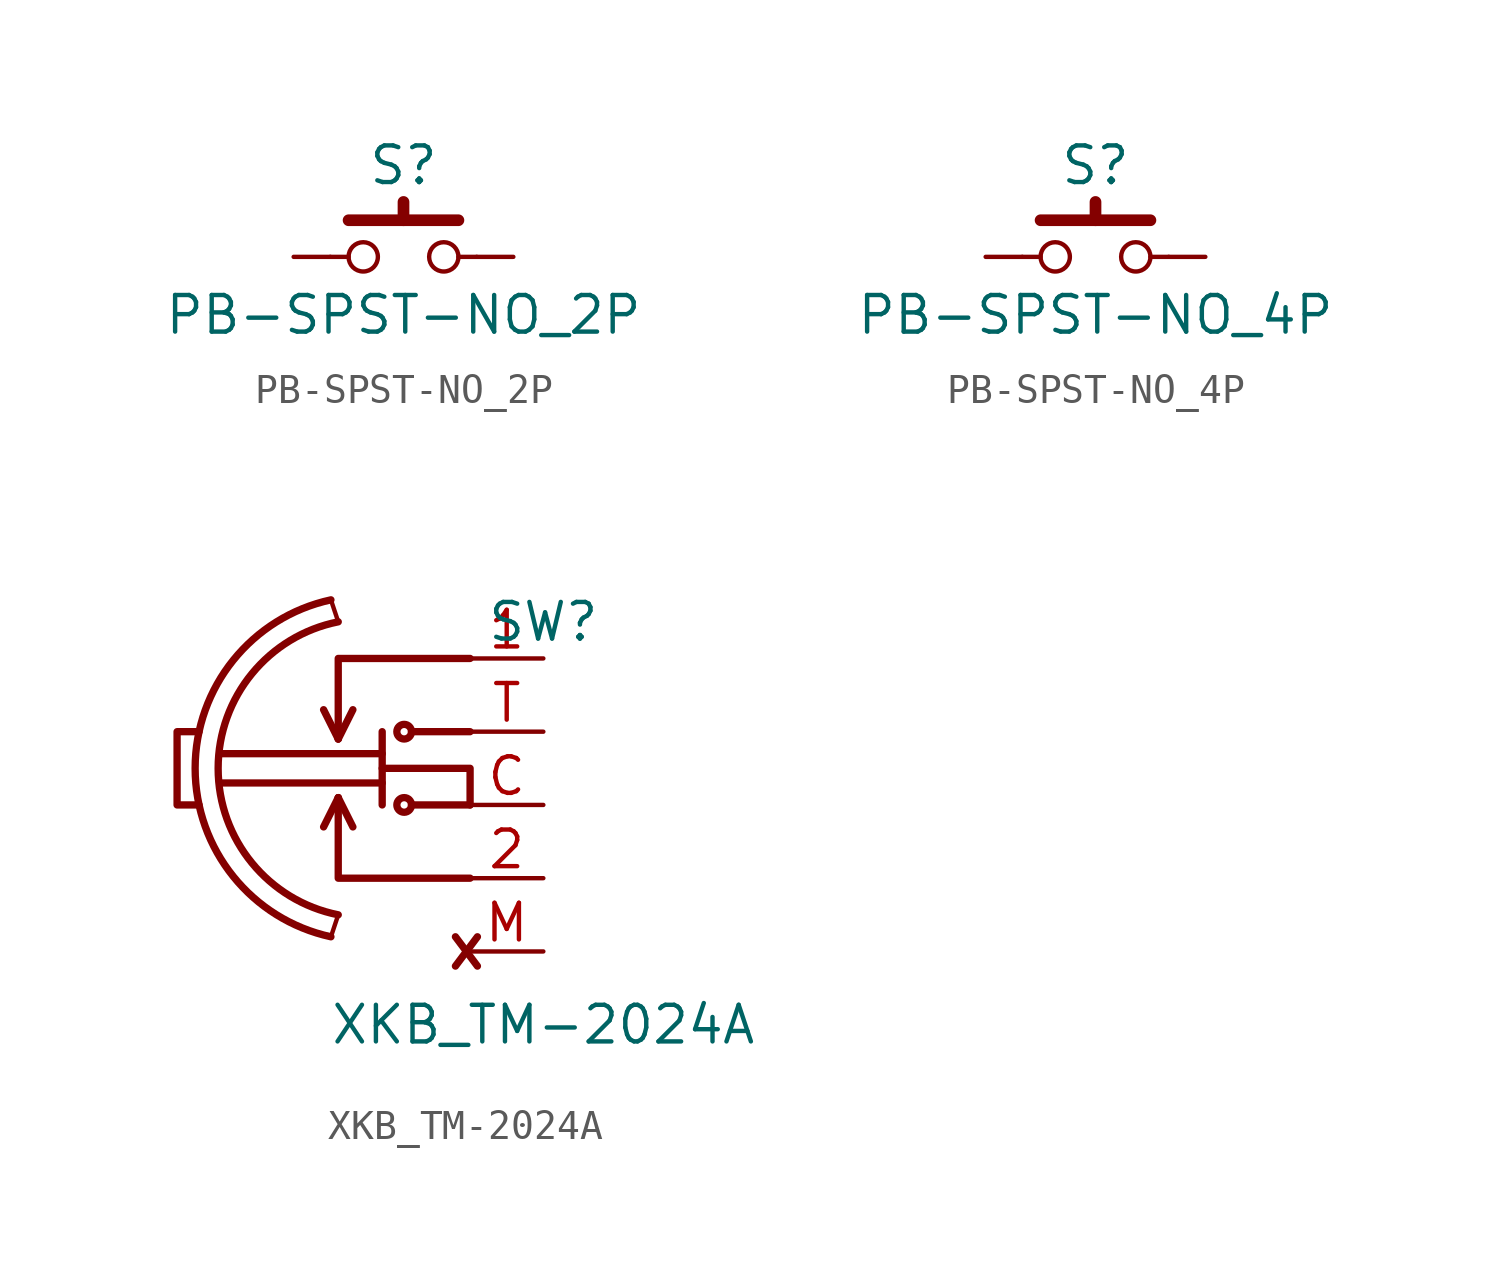
<source format=kicad_sym>
(kicad_symbol_lib
  (version 20211014)
  (generator kicad_symbol_editor)
  (symbol "PB-SPST-NO_2P"
    (pin_numbers hide)
    (pin_names
      (offset 1.016) hide)
    (property "Reference" "S"
      (at 0 3.175 0)
      (effects (font (size 1.27 1.27))))
    (property "Value" "PB-SPST-NO_2P"
      (at 0 -1.27 0)
      (effects (font (size 1.27 1.27)) (justify top)))
    (symbol "PB-SPST-NO_2P_0_1"
      (circle (center -1.397 0) (radius 0.508) (stroke (width 0) (type default) (color 0 0 0 0)) (fill (type none)))
      (polyline (pts (xy -2.54 0) (xy -1.905 0)) (stroke (width 0) (type default) (color 0 0 0 0)) (fill (type none)))
      (polyline (pts (xy -1.905 1.27) (xy 1.905 1.27)) (stroke (width 0.406) (type default) (color 0 0 0 0)) (fill (type none)))
      (polyline (pts (xy 0 1.27) (xy 0 1.905)) (stroke (width 0.406) (type default) (color 0 0 0 0)) (fill (type none)))
      (polyline (pts (xy 2.54 0) (xy 1.905 0)) (stroke (width 0) (type default) (color 0 0 0 0)) (fill (type none)))
      (circle (center 1.397 0) (radius 0.508) (stroke (width 0) (type default) (color 0 0 0 0)) (fill (type none)))
      (pin passive line (at -3.81 0 0) (length 1.27) (name "~" (effects (font (size 1.27 1.27)))) (number "1" (effects (font (size 1.27 1.27)))))
      (pin passive line (at 3.81 0 180) (length 1.27) (name "~" (effects (font (size 1.27 1.27)))) (number "2" (effects (font (size 1.27 1.27)))))))
  (symbol "PB-SPST-NO_4P"
    (pin_numbers hide)
    (pin_names
      (offset 1.016) hide)
    (property "Reference" "S"
      (at 0 3.175 0)
      (effects (font (size 1.27 1.27))))
    (property "Value" "PB-SPST-NO_4P"
      (at 0 -1.27 0)
      (effects (font (size 1.27 1.27)) (justify top)))
    (property "Datasheet" ""
      (at 0 0 0)
      (effects (font (size 1.27 1.27))))
    (symbol "PB-SPST-NO_4P_0_1"
      (circle (center -1.397 0) (radius 0.508) (stroke (width 0) (type default) (color 0 0 0 0)) (fill (type none)))
      (polyline (pts (xy -2.54 0) (xy -1.905 0)) (stroke (width 0) (type default) (color 0 0 0 0)) (fill (type none)))
      (polyline (pts (xy -1.905 1.27) (xy 1.905 1.27)) (stroke (width 0.406) (type default) (color 0 0 0 0)) (fill (type none)))
      (polyline (pts (xy 0 1.27) (xy 0 1.905)) (stroke (width 0.406) (type default) (color 0 0 0 0)) (fill (type none)))
      (polyline (pts (xy 2.54 0) (xy 1.905 0)) (stroke (width 0) (type default) (color 0 0 0 0)) (fill (type none)))
      (circle (center 1.397 0) (radius 0.508) (stroke (width 0) (type default) (color 0 0 0 0)) (fill (type none)))
      (pin passive line (at -3.81 0 0) (length 1.27) (name "~" (effects (font (size 1.27 1.27)))) (number "1" (effects (font (size 1.27 1.27)))))
      (pin passive line (at -3.81 0 0) (length 1.27) hide (name "~" (effects (font (size 1.27 1.27)))) (number "2" (effects (font (size 1.27 1.27)))))
      (pin passive line (at 3.81 0 180) (length 1.27) (name "~" (effects (font (size 1.27 1.27)))) (number "3" (effects (font (size 1.27 1.27)))))
      (pin passive line (at 3.81 0 180) (length 1.27) hide (name "~" (effects (font (size 1.27 1.27)))) (number "4" (effects (font (size 1.27 1.27)))))))
  (symbol "XKB_TM-2024A"
    (pin_names
      (offset 0) hide)
    (property "Reference" "SW"
      (at 0 1.27 0)
      (effects (font (size 1.27 1.27))))
    (property "Value" "XKB_TM-2024A"
      (at 0 -12.7 0)
      (effects (font (size 1.27 1.27))))
    (symbol "XKB_TM-2024A_0_1"
      (arc (start -7.366 2.032) (mid -12.0744 -3.81) (end -7.366 -9.652) (stroke (width 0.254) (type default) (color 0 0 0 0)) (fill (type none)))
      (arc (start -7.112 1.27) (mid -11.2766 -3.81) (end -7.112 -8.89) (stroke (width 0.254) (type default) (color 0 0 0 0)) (fill (type none)))
      (rectangle (start -5.588 -2.54) (end -5.588 -5.08) (stroke (width 0.254) (type default) (color 0 0 0 0)) (fill (type none)))
      (circle (center -4.826 -5.08) (radius 0.254) (stroke (width 0.254) (type default) (color 0 0 0 0)) (fill (type none)))
      (circle (center -4.826 -2.54) (radius 0.254) (stroke (width 0.254) (type default) (color 0 0 0 0)) (fill (type none)))
      (rectangle (start -2.54 -5.08) (end -4.572 -5.08) (stroke (width 0.254) (type default) (color 0 0 0 0)) (fill (type none)))
      (rectangle (start -2.54 -2.54) (end -4.572 -2.54) (stroke (width 0.254) (type default) (color 0 0 0 0)) (fill (type none)))
      (polyline (pts (xy -7.112 -8.89) (xy -7.366 -9.652)) (stroke (width 0) (type default) (color 0 0 0 0)) (fill (type none)))
      (polyline (pts (xy -7.112 -4.826) (xy -7.62 -5.842)) (stroke (width 0.254) (type default) (color 0 0 0 0)) (fill (type none)))
      (polyline (pts (xy -7.112 -4.826) (xy -6.604 -5.842)) (stroke (width 0.254) (type default) (color 0 0 0 0)) (fill (type none)))
      (polyline (pts (xy -7.112 -2.794) (xy -7.62 -1.778)) (stroke (width 0.254) (type default) (color 0 0 0 0)) (fill (type none)))
      (polyline (pts (xy -7.112 1.27) (xy -7.366 2.032)) (stroke (width 0) (type default) (color 0 0 0 0)) (fill (type none)))
      (polyline (pts (xy -6.604 -1.778) (xy -7.112 -2.794)) (stroke (width 0.254) (type default) (color 0 0 0 0)) (fill (type none)))
      (polyline (pts (xy -5.588 -4.318) (xy -11.176 -4.318)) (stroke (width 0.254) (type default) (color 0 0 0 0)) (fill (type none)))
      (polyline (pts (xy -5.588 -3.302) (xy -11.176 -3.302)) (stroke (width 0.254) (type default) (color 0 0 0 0)) (fill (type none)))
      (polyline (pts (xy -3.048 -9.652) (xy -2.286 -10.668)) (stroke (width 0.254) (type default) (color 0 0 0 0)) (fill (type none)))
      (polyline (pts (xy -2.286 -9.652) (xy -3.048 -10.668)) (stroke (width 0.254) (type default) (color 0 0 0 0)) (fill (type none)))
      (polyline (pts (xy -2.54 -7.62) (xy -7.112 -7.62) (xy -7.112 -4.826)) (stroke (width 0.254) (type default) (color 0 0 0 0)) (fill (type none)))
      (polyline (pts (xy -2.54 -5.08) (xy -2.54 -3.81) (xy -5.588 -3.81)) (stroke (width 0.254) (type default) (color 0 0 0 0)) (fill (type none)))
      (polyline (pts (xy -2.54 0) (xy -7.112 0) (xy -7.112 -2.794)) (stroke (width 0.254) (type default) (color 0 0 0 0)) (fill (type none)))
      (polyline (pts (xy -11.938 -2.54) (xy -12.7 -2.54) (xy -12.7 -5.08) (xy -11.938 -5.08)) (stroke (width 0.254) (type default) (color 0 0 0 0)) (fill (type none))))
    (symbol "XKB_TM-2024A_1_1"
      (pin passive line (at 0 0 180) (length 2.54) (name "1" (effects (font (size 1.27 1.27)))) (number "1" (effects (font (size 1.27 1.27)))))
      (pin passive line (at 0 -7.62 180) (length 2.54) (name "2" (effects (font (size 1.27 1.27)))) (number "2" (effects (font (size 1.27 1.27)))))
      (pin passive line (at 0 -5.08 180) (length 2.54) (name "C" (effects (font (size 1.27 1.27)))) (number "C" (effects (font (size 1.27 1.27)))))
      (pin passive line (at 0 -10.16 180) (length 2.54) (name "M" (effects (font (size 1.27 1.27)))) (number "M" (effects (font (size 1.27 1.27)))))
      (pin passive line (at 0 -2.54 180) (length 2.54) (name "T" (effects (font (size 1.27 1.27)))) (number "T" (effects (font (size 1.27 1.27))))))))
</source>
